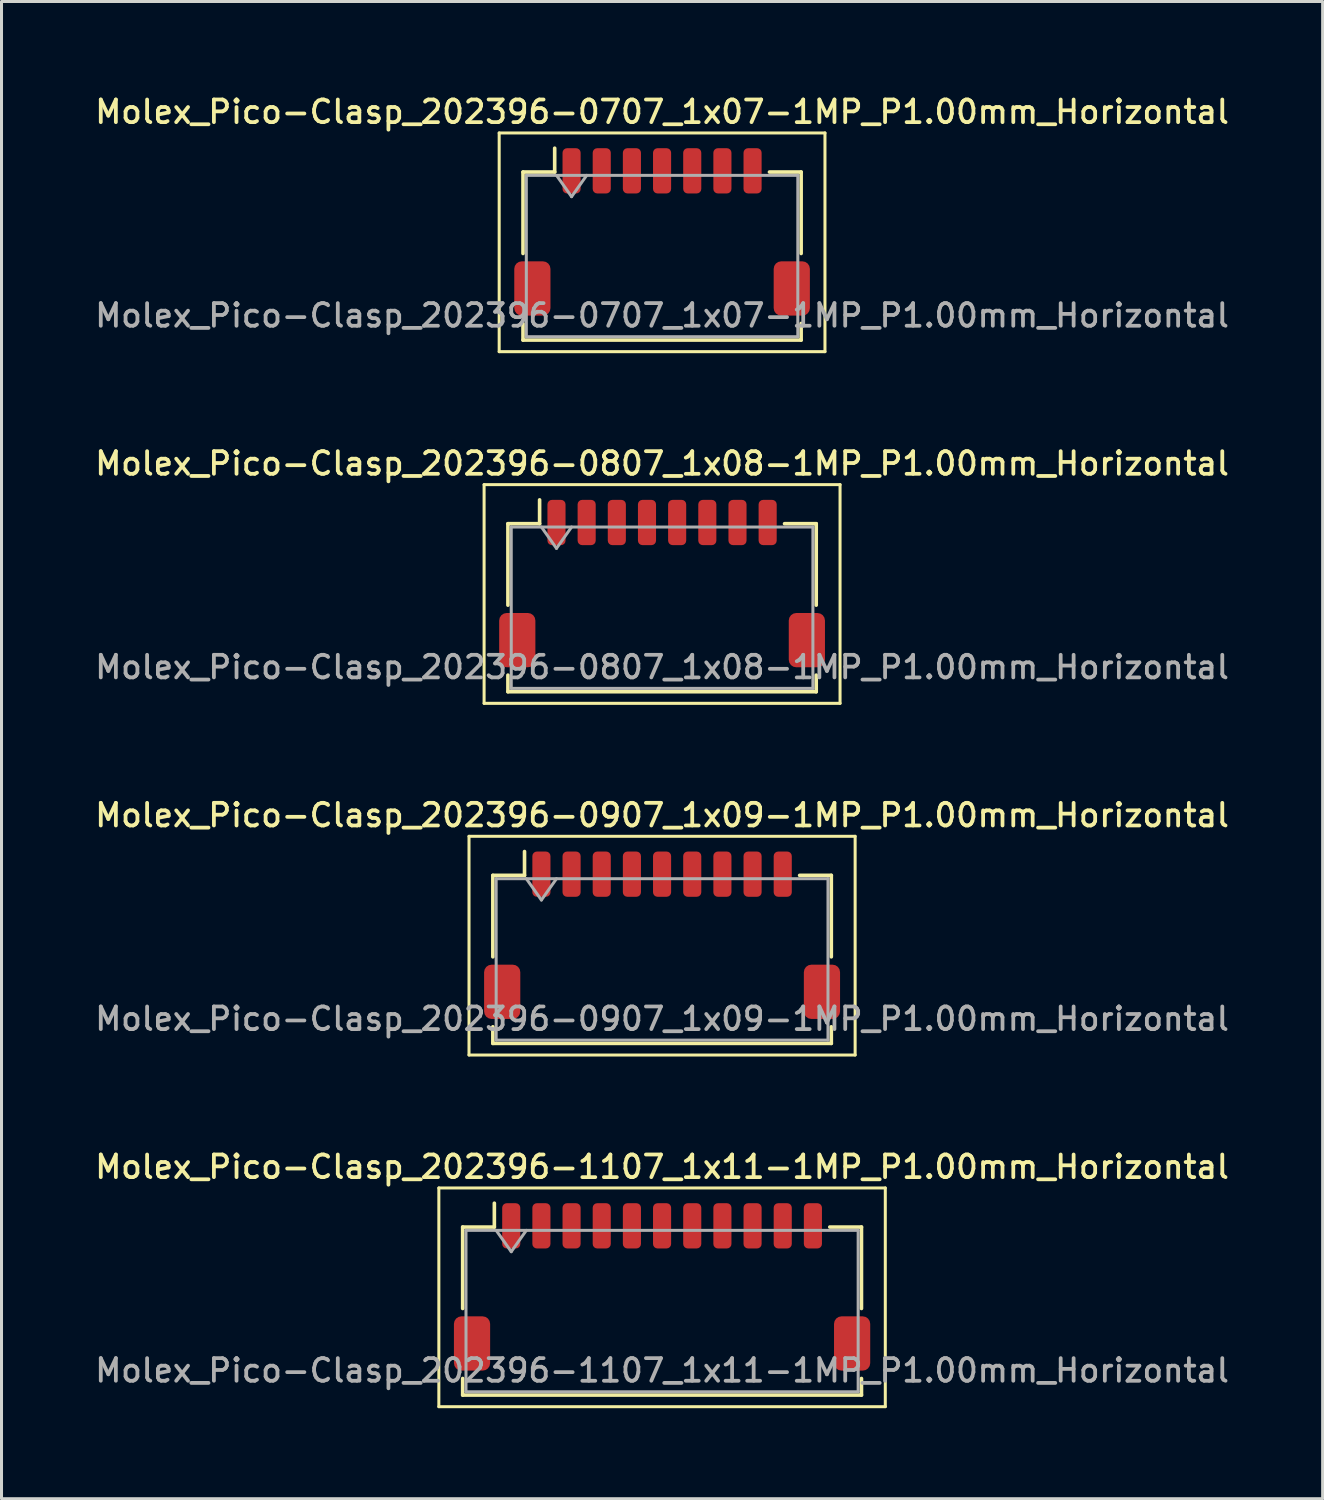
<source format=kicad_pcb>
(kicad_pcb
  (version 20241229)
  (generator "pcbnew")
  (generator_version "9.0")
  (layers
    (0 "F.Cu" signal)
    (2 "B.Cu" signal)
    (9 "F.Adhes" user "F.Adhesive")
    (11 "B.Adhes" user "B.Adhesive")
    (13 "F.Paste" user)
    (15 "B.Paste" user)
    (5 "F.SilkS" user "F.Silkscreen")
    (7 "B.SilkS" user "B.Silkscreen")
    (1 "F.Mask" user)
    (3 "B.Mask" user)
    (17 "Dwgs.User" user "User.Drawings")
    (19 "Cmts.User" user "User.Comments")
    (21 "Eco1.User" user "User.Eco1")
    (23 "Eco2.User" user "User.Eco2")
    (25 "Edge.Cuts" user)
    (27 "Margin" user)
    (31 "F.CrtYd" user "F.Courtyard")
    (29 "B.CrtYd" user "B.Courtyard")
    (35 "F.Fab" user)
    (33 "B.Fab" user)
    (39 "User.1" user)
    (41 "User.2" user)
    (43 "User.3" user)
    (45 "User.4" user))
  (footprint "Molex_Pico-Clasp_202396-0807_1x08-1MP_P1.00mm_Horizontal"
    (layer "F.Cu")
    (at 18.898 16.296)
    (property "Reference" "Molex_Pico-Clasp_202396-0807_1x08-1MP_P1.00mm_Horizontal" (at 0 -3.98 0) (layer "F.SilkS") (effects (font (size 0.75 0.75) (thickness 0.125))))
    (attr smd)
    (fp_line (start -5.9 -3.28) (end -5.9 3.97) (stroke (width 0.1) (type solid)) (layer "F.SilkS"))
    (fp_line (start -5.9 3.97) (end 5.9 3.97) (stroke (width 0.1) (type solid)) (layer "F.SilkS"))
    (fp_line (start -5.11 -1.985) (end -4.06 -1.985) (stroke (width 0.12) (type solid)) (layer "F.SilkS"))
    (fp_line (start -5.11 0.715) (end -5.11 -1.985) (stroke (width 0.12) (type solid)) (layer "F.SilkS"))
    (fp_line (start -5.11 3.035) (end -5.11 3.585) (stroke (width 0.12) (type solid)) (layer "F.SilkS"))
    (fp_line (start -5.11 3.585) (end 5.11 3.585) (stroke (width 0.12) (type solid)) (layer "F.SilkS"))
    (fp_line (start -4.06 -1.985) (end -4.06 -2.775) (stroke (width 0.12) (type solid)) (layer "F.SilkS"))
    (fp_line (start 5.11 -1.985) (end 4.06 -1.985) (stroke (width 0.12) (type solid)) (layer "F.SilkS"))
    (fp_line (start 5.11 0.715) (end 5.11 -1.985) (stroke (width 0.12) (type solid)) (layer "F.SilkS"))
    (fp_line (start 5.11 3.585) (end 5.11 3.035) (stroke (width 0.12) (type solid)) (layer "F.SilkS"))
    (fp_line (start 5.9 -3.28) (end -5.9 -3.28) (stroke (width 0.1) (type solid)) (layer "F.SilkS"))
    (fp_line (start 5.9 3.97) (end 5.9 -3.28) (stroke (width 0.1) (type solid)) (layer "F.SilkS"))
    (fp_line (start -5 -1.875) (end -5 3.475) (stroke (width 0.1) (type solid)) (layer "F.Fab"))
    (fp_line (start -5 -1.875) (end 5 -1.875) (stroke (width 0.1) (type solid)) (layer "F.Fab"))
    (fp_line (start -5 3.475) (end 5 3.475) (stroke (width 0.1) (type solid)) (layer "F.Fab"))
    (fp_line (start -4 -1.875) (end -3.5 -1.168) (stroke (width 0.1) (type solid)) (layer "F.Fab"))
    (fp_line (start -3.5 -1.168) (end -3 -1.875) (stroke (width 0.1) (type solid)) (layer "F.Fab"))
    (fp_line (start 5 -1.875) (end 5 3.475) (stroke (width 0.1) (type solid)) (layer "F.Fab"))
    (fp_text user "${REFERENCE}" (at 0 2.77 0) (layer "F.Fab") (effects (font (size 0.75 0.75) (thickness 0.125))))
    (pad "1" smd roundrect (at -3.5 -2.025) (size 0.6 1.5) (layers "F.Cu" "F.Mask" "F.Paste") (roundrect_rratio 0.25))
    (pad "2" smd roundrect (at -2.5 -2.025) (size 0.6 1.5) (layers "F.Cu" "F.Mask" "F.Paste") (roundrect_rratio 0.25))
    (pad "3" smd roundrect (at -1.5 -2.025) (size 0.6 1.5) (layers "F.Cu" "F.Mask" "F.Paste") (roundrect_rratio 0.25))
    (pad "4" smd roundrect (at -0.5 -2.025) (size 0.6 1.5) (layers "F.Cu" "F.Mask" "F.Paste") (roundrect_rratio 0.25))
    (pad "5" smd roundrect (at 0.5 -2.025) (size 0.6 1.5) (layers "F.Cu" "F.Mask" "F.Paste") (roundrect_rratio 0.25))
    (pad "6" smd roundrect (at 1.5 -2.025) (size 0.6 1.5) (layers "F.Cu" "F.Mask" "F.Paste") (roundrect_rratio 0.25))
    (pad "7" smd roundrect (at 2.5 -2.025) (size 0.6 1.5) (layers "F.Cu" "F.Mask" "F.Paste") (roundrect_rratio 0.25))
    (pad "8" smd roundrect (at 3.5 -2.025) (size 0.6 1.5) (layers "F.Cu" "F.Mask" "F.Paste") (roundrect_rratio 0.25))
    (pad "MP" smd roundrect (at -4.8 1.875) (size 1.2 1.8) (layers "F.Cu" "F.Mask" "F.Paste") (roundrect_rratio 0.208))
    (pad "MP" smd roundrect (at 4.8 1.875) (size 1.2 1.8) (layers "F.Cu" "F.Mask" "F.Paste") (roundrect_rratio 0.208)))
  (footprint "Molex_Pico-Clasp_202396-1107_1x11-1MP_P1.00mm_Horizontal"
    (layer "F.Cu")
    (at 18.898 39.612)
    (property "Reference" "Molex_Pico-Clasp_202396-1107_1x11-1MP_P1.00mm_Horizontal" (at 0 -3.98 0) (layer "F.SilkS") (effects (font (size 0.75 0.75) (thickness 0.125))))
    (attr smd)
    (fp_line (start -7.4 -3.28) (end -7.4 3.97) (stroke (width 0.1) (type solid)) (layer "F.SilkS"))
    (fp_line (start -7.4 3.97) (end 7.4 3.97) (stroke (width 0.1) (type solid)) (layer "F.SilkS"))
    (fp_line (start -6.61 -1.985) (end -5.56 -1.985) (stroke (width 0.12) (type solid)) (layer "F.SilkS"))
    (fp_line (start -6.61 0.715) (end -6.61 -1.985) (stroke (width 0.12) (type solid)) (layer "F.SilkS"))
    (fp_line (start -6.61 3.035) (end -6.61 3.585) (stroke (width 0.12) (type solid)) (layer "F.SilkS"))
    (fp_line (start -6.61 3.585) (end 6.61 3.585) (stroke (width 0.12) (type solid)) (layer "F.SilkS"))
    (fp_line (start -5.56 -1.985) (end -5.56 -2.775) (stroke (width 0.12) (type solid)) (layer "F.SilkS"))
    (fp_line (start 6.61 -1.985) (end 5.56 -1.985) (stroke (width 0.12) (type solid)) (layer "F.SilkS"))
    (fp_line (start 6.61 0.715) (end 6.61 -1.985) (stroke (width 0.12) (type solid)) (layer "F.SilkS"))
    (fp_line (start 6.61 3.585) (end 6.61 3.035) (stroke (width 0.12) (type solid)) (layer "F.SilkS"))
    (fp_line (start 7.4 -3.28) (end -7.4 -3.28) (stroke (width 0.1) (type solid)) (layer "F.SilkS"))
    (fp_line (start 7.4 3.97) (end 7.4 -3.28) (stroke (width 0.1) (type solid)) (layer "F.SilkS"))
    (fp_line (start -6.5 -1.875) (end -6.5 3.475) (stroke (width 0.1) (type solid)) (layer "F.Fab"))
    (fp_line (start -6.5 -1.875) (end 6.5 -1.875) (stroke (width 0.1) (type solid)) (layer "F.Fab"))
    (fp_line (start -6.5 3.475) (end 6.5 3.475) (stroke (width 0.1) (type solid)) (layer "F.Fab"))
    (fp_line (start -5.5 -1.875) (end -5 -1.168) (stroke (width 0.1) (type solid)) (layer "F.Fab"))
    (fp_line (start -5 -1.168) (end -4.5 -1.875) (stroke (width 0.1) (type solid)) (layer "F.Fab"))
    (fp_line (start 6.5 -1.875) (end 6.5 3.475) (stroke (width 0.1) (type solid)) (layer "F.Fab"))
    (fp_text user "${REFERENCE}" (at 0 2.77 0) (layer "F.Fab") (effects (font (size 0.75 0.75) (thickness 0.125))))
    (pad "1" smd roundrect (at -5 -2.025) (size 0.6 1.5) (layers "F.Cu" "F.Mask" "F.Paste") (roundrect_rratio 0.25))
    (pad "2" smd roundrect (at -4 -2.025) (size 0.6 1.5) (layers "F.Cu" "F.Mask" "F.Paste") (roundrect_rratio 0.25))
    (pad "3" smd roundrect (at -3 -2.025) (size 0.6 1.5) (layers "F.Cu" "F.Mask" "F.Paste") (roundrect_rratio 0.25))
    (pad "4" smd roundrect (at -2 -2.025) (size 0.6 1.5) (layers "F.Cu" "F.Mask" "F.Paste") (roundrect_rratio 0.25))
    (pad "5" smd roundrect (at -1 -2.025) (size 0.6 1.5) (layers "F.Cu" "F.Mask" "F.Paste") (roundrect_rratio 0.25))
    (pad "6" smd roundrect (at 0 -2.025) (size 0.6 1.5) (layers "F.Cu" "F.Mask" "F.Paste") (roundrect_rratio 0.25))
    (pad "7" smd roundrect (at 1 -2.025) (size 0.6 1.5) (layers "F.Cu" "F.Mask" "F.Paste") (roundrect_rratio 0.25))
    (pad "8" smd roundrect (at 2 -2.025) (size 0.6 1.5) (layers "F.Cu" "F.Mask" "F.Paste") (roundrect_rratio 0.25))
    (pad "9" smd roundrect (at 3 -2.025) (size 0.6 1.5) (layers "F.Cu" "F.Mask" "F.Paste") (roundrect_rratio 0.25))
    (pad "10" smd roundrect (at 4 -2.025) (size 0.6 1.5) (layers "F.Cu" "F.Mask" "F.Paste") (roundrect_rratio 0.25))
    (pad "11" smd roundrect (at 5 -2.025) (size 0.6 1.5) (layers "F.Cu" "F.Mask" "F.Paste") (roundrect_rratio 0.25))
    (pad "MP" smd roundrect (at -6.3 1.875) (size 1.2 1.8) (layers "F.Cu" "F.Mask" "F.Paste") (roundrect_rratio 0.208))
    (pad "MP" smd roundrect (at 6.3 1.875) (size 1.2 1.8) (layers "F.Cu" "F.Mask" "F.Paste") (roundrect_rratio 0.208)))
  (footprint "Molex_Pico-Clasp_202396-0707_1x07-1MP_P1.00mm_Horizontal"
    (layer "F.Cu")
    (at 18.898 4.638)
    (property "Reference" "Molex_Pico-Clasp_202396-0707_1x07-1MP_P1.00mm_Horizontal" (at 0 -3.98 0) (layer "F.SilkS") (effects (font (size 0.75 0.75) (thickness 0.125))))
    (attr smd)
    (fp_line (start -5.4 -3.28) (end -5.4 3.97) (stroke (width 0.1) (type solid)) (layer "F.SilkS"))
    (fp_line (start -5.4 3.97) (end 5.4 3.97) (stroke (width 0.1) (type solid)) (layer "F.SilkS"))
    (fp_line (start -4.61 -1.985) (end -3.56 -1.985) (stroke (width 0.12) (type solid)) (layer "F.SilkS"))
    (fp_line (start -4.61 0.715) (end -4.61 -1.985) (stroke (width 0.12) (type solid)) (layer "F.SilkS"))
    (fp_line (start -4.61 3.035) (end -4.61 3.585) (stroke (width 0.12) (type solid)) (layer "F.SilkS"))
    (fp_line (start -4.61 3.585) (end 4.61 3.585) (stroke (width 0.12) (type solid)) (layer "F.SilkS"))
    (fp_line (start -3.56 -1.985) (end -3.56 -2.775) (stroke (width 0.12) (type solid)) (layer "F.SilkS"))
    (fp_line (start 4.61 -1.985) (end 3.56 -1.985) (stroke (width 0.12) (type solid)) (layer "F.SilkS"))
    (fp_line (start 4.61 0.715) (end 4.61 -1.985) (stroke (width 0.12) (type solid)) (layer "F.SilkS"))
    (fp_line (start 4.61 3.585) (end 4.61 3.035) (stroke (width 0.12) (type solid)) (layer "F.SilkS"))
    (fp_line (start 5.4 -3.28) (end -5.4 -3.28) (stroke (width 0.1) (type solid)) (layer "F.SilkS"))
    (fp_line (start 5.4 3.97) (end 5.4 -3.28) (stroke (width 0.1) (type solid)) (layer "F.SilkS"))
    (fp_line (start -4.5 -1.875) (end -4.5 3.475) (stroke (width 0.1) (type solid)) (layer "F.Fab"))
    (fp_line (start -4.5 -1.875) (end 4.5 -1.875) (stroke (width 0.1) (type solid)) (layer "F.Fab"))
    (fp_line (start -4.5 3.475) (end 4.5 3.475) (stroke (width 0.1) (type solid)) (layer "F.Fab"))
    (fp_line (start -3.5 -1.875) (end -3 -1.168) (stroke (width 0.1) (type solid)) (layer "F.Fab"))
    (fp_line (start -3 -1.168) (end -2.5 -1.875) (stroke (width 0.1) (type solid)) (layer "F.Fab"))
    (fp_line (start 4.5 -1.875) (end 4.5 3.475) (stroke (width 0.1) (type solid)) (layer "F.Fab"))
    (fp_text user "${REFERENCE}" (at 0 2.77 0) (layer "F.Fab") (effects (font (size 0.75 0.75) (thickness 0.125))))
    (pad "1" smd roundrect (at -3 -2.025) (size 0.6 1.5) (layers "F.Cu" "F.Mask" "F.Paste") (roundrect_rratio 0.25))
    (pad "2" smd roundrect (at -2 -2.025) (size 0.6 1.5) (layers "F.Cu" "F.Mask" "F.Paste") (roundrect_rratio 0.25))
    (pad "3" smd roundrect (at -1 -2.025) (size 0.6 1.5) (layers "F.Cu" "F.Mask" "F.Paste") (roundrect_rratio 0.25))
    (pad "4" smd roundrect (at 0 -2.025) (size 0.6 1.5) (layers "F.Cu" "F.Mask" "F.Paste") (roundrect_rratio 0.25))
    (pad "5" smd roundrect (at 1 -2.025) (size 0.6 1.5) (layers "F.Cu" "F.Mask" "F.Paste") (roundrect_rratio 0.25))
    (pad "6" smd roundrect (at 2 -2.025) (size 0.6 1.5) (layers "F.Cu" "F.Mask" "F.Paste") (roundrect_rratio 0.25))
    (pad "7" smd roundrect (at 3 -2.025) (size 0.6 1.5) (layers "F.Cu" "F.Mask" "F.Paste") (roundrect_rratio 0.25))
    (pad "MP" smd roundrect (at -4.3 1.875) (size 1.2 1.8) (layers "F.Cu" "F.Mask" "F.Paste") (roundrect_rratio 0.208))
    (pad "MP" smd roundrect (at 4.3 1.875) (size 1.2 1.8) (layers "F.Cu" "F.Mask" "F.Paste") (roundrect_rratio 0.208)))
  (footprint "Molex_Pico-Clasp_202396-0907_1x09-1MP_P1.00mm_Horizontal"
    (layer "F.Cu")
    (at 18.898 27.954)
    (property "Reference" "Molex_Pico-Clasp_202396-0907_1x09-1MP_P1.00mm_Horizontal" (at 0 -3.98 0) (layer "F.SilkS") (effects (font (size 0.75 0.75) (thickness 0.125))))
    (attr smd)
    (fp_line (start -6.4 -3.28) (end -6.4 3.97) (stroke (width 0.1) (type solid)) (layer "F.SilkS"))
    (fp_line (start -6.4 3.97) (end 6.4 3.97) (stroke (width 0.1) (type solid)) (layer "F.SilkS"))
    (fp_line (start -5.61 -1.985) (end -4.56 -1.985) (stroke (width 0.12) (type solid)) (layer "F.SilkS"))
    (fp_line (start -5.61 0.715) (end -5.61 -1.985) (stroke (width 0.12) (type solid)) (layer "F.SilkS"))
    (fp_line (start -5.61 3.035) (end -5.61 3.585) (stroke (width 0.12) (type solid)) (layer "F.SilkS"))
    (fp_line (start -5.61 3.585) (end 5.61 3.585) (stroke (width 0.12) (type solid)) (layer "F.SilkS"))
    (fp_line (start -4.56 -1.985) (end -4.56 -2.775) (stroke (width 0.12) (type solid)) (layer "F.SilkS"))
    (fp_line (start 5.61 -1.985) (end 4.56 -1.985) (stroke (width 0.12) (type solid)) (layer "F.SilkS"))
    (fp_line (start 5.61 0.715) (end 5.61 -1.985) (stroke (width 0.12) (type solid)) (layer "F.SilkS"))
    (fp_line (start 5.61 3.585) (end 5.61 3.035) (stroke (width 0.12) (type solid)) (layer "F.SilkS"))
    (fp_line (start 6.4 -3.28) (end -6.4 -3.28) (stroke (width 0.1) (type solid)) (layer "F.SilkS"))
    (fp_line (start 6.4 3.97) (end 6.4 -3.28) (stroke (width 0.1) (type solid)) (layer "F.SilkS"))
    (fp_line (start -5.5 -1.875) (end -5.5 3.475) (stroke (width 0.1) (type solid)) (layer "F.Fab"))
    (fp_line (start -5.5 -1.875) (end 5.5 -1.875) (stroke (width 0.1) (type solid)) (layer "F.Fab"))
    (fp_line (start -5.5 3.475) (end 5.5 3.475) (stroke (width 0.1) (type solid)) (layer "F.Fab"))
    (fp_line (start -4.5 -1.875) (end -4 -1.168) (stroke (width 0.1) (type solid)) (layer "F.Fab"))
    (fp_line (start -4 -1.168) (end -3.5 -1.875) (stroke (width 0.1) (type solid)) (layer "F.Fab"))
    (fp_line (start 5.5 -1.875) (end 5.5 3.475) (stroke (width 0.1) (type solid)) (layer "F.Fab"))
    (fp_text user "${REFERENCE}" (at 0 2.77 0) (layer "F.Fab") (effects (font (size 0.75 0.75) (thickness 0.125))))
    (pad "1" smd roundrect (at -4 -2.025) (size 0.6 1.5) (layers "F.Cu" "F.Mask" "F.Paste") (roundrect_rratio 0.25))
    (pad "2" smd roundrect (at -3 -2.025) (size 0.6 1.5) (layers "F.Cu" "F.Mask" "F.Paste") (roundrect_rratio 0.25))
    (pad "3" smd roundrect (at -2 -2.025) (size 0.6 1.5) (layers "F.Cu" "F.Mask" "F.Paste") (roundrect_rratio 0.25))
    (pad "4" smd roundrect (at -1 -2.025) (size 0.6 1.5) (layers "F.Cu" "F.Mask" "F.Paste") (roundrect_rratio 0.25))
    (pad "5" smd roundrect (at 0 -2.025) (size 0.6 1.5) (layers "F.Cu" "F.Mask" "F.Paste") (roundrect_rratio 0.25))
    (pad "6" smd roundrect (at 1 -2.025) (size 0.6 1.5) (layers "F.Cu" "F.Mask" "F.Paste") (roundrect_rratio 0.25))
    (pad "7" smd roundrect (at 2 -2.025) (size 0.6 1.5) (layers "F.Cu" "F.Mask" "F.Paste") (roundrect_rratio 0.25))
    (pad "8" smd roundrect (at 3 -2.025) (size 0.6 1.5) (layers "F.Cu" "F.Mask" "F.Paste") (roundrect_rratio 0.25))
    (pad "9" smd roundrect (at 4 -2.025) (size 0.6 1.5) (layers "F.Cu" "F.Mask" "F.Paste") (roundrect_rratio 0.25))
    (pad "MP" smd roundrect (at -5.3 1.875) (size 1.2 1.8) (layers "F.Cu" "F.Mask" "F.Paste") (roundrect_rratio 0.208))
    (pad "MP" smd roundrect (at 5.3 1.875) (size 1.2 1.8) (layers "F.Cu" "F.Mask" "F.Paste") (roundrect_rratio 0.208)))
  (gr_rect
    (start -3 -3)
    (end 40.796 46.633)
    (stroke (width 0.1) (type default))
    (fill no)
    (layer "Edge.Cuts")))
</source>
